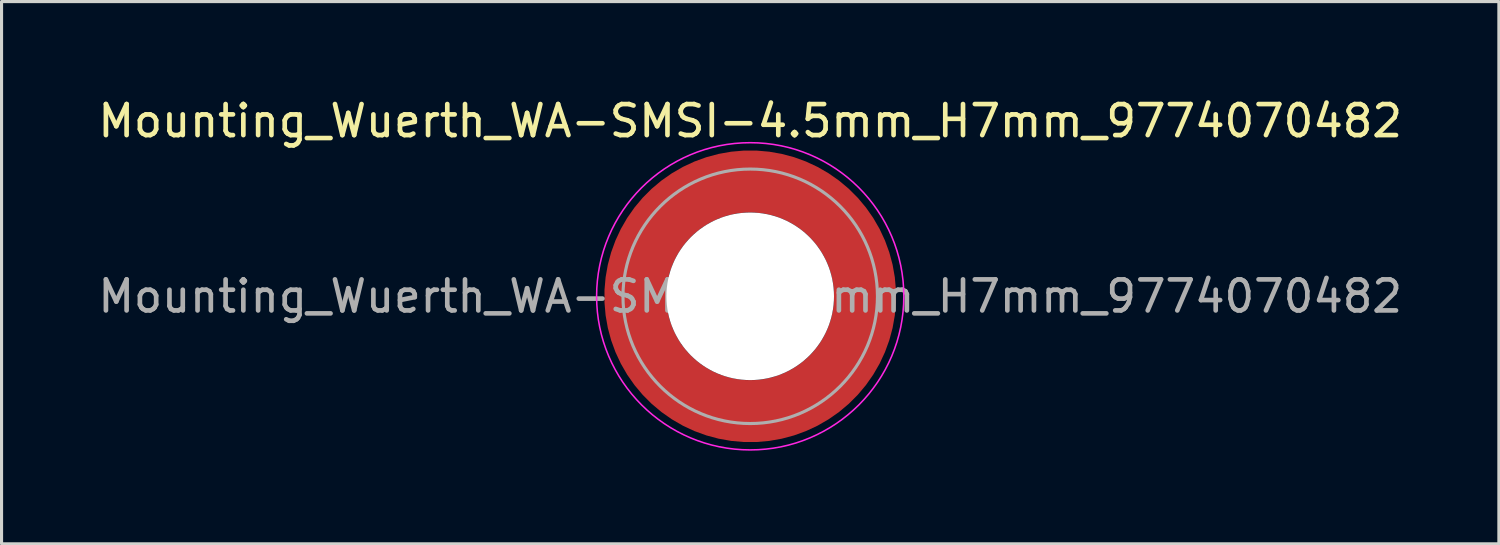
<source format=kicad_pcb>
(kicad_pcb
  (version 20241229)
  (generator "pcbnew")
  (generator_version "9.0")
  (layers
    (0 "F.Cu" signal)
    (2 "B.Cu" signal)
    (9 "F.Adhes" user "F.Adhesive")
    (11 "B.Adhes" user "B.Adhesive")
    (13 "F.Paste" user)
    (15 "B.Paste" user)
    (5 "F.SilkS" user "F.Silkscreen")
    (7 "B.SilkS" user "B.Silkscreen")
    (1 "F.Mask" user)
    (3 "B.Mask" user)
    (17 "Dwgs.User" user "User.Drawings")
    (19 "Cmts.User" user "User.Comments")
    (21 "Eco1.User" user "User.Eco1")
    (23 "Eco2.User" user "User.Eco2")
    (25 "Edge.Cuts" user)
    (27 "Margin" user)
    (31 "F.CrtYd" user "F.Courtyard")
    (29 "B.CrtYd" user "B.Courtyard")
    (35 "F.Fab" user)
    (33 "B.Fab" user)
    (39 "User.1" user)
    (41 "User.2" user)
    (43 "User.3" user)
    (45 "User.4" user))
  (footprint "Mounting_Wuerth_WA-SMSI-4.5mm_H7mm_9774070482"
    (layer "F.Cu")
    (at 21.125 6.498)
    (property "Reference" "Mounting_Wuerth_WA-SMSI-4.5mm_H7mm_9774070482" (at 0 -5.65 0) (layer "F.SilkS") (effects (font (size 1 1) (thickness 0.15))))
    (attr smd)
    (fp_circle (center 0 0) (end 4.95 0) (stroke (width 0.05) (type solid)) (fill no) (layer "F.CrtYd"))
    (fp_circle (center 0 0) (end 4.1 0) (stroke (width 0.1) (type solid)) (fill no) (layer "F.Fab"))
    (fp_text user "${REFERENCE}" (at 0 0 0) (layer "F.Fab") (effects (font (size 1 1) (thickness 0.15))))
    (pad "" smd custom (at -2.607 -2.607) (size 1.495 1.495) (layers "F.Paste") (options (anchor circle)) (primitives (gr_arc (start -0.188183 2.107456) (mid 0.598928 0.599619) (end 2.106494 -0.188011) (width 0.2)) (gr_arc (start -0.289416 2.107456) (mid 0.528508 0.529033) (end 2.106724 -0.28929) (width 0.2)) (gr_arc (start -0.390547 2.107456) (mid 0.457087 0.459449) (end 2.104161 -0.389996) (width 0.2)) (gr_arc (start -0.491585 2.107456) (mid 0.386415 0.389116) (end 2.103685 -0.490974) (width 0.2)) (gr_arc (start -0.59254 2.107456) (mid 0.31649 0.318035) (end 2.105297 -0.592202) (width 0.2)) (gr_arc (start -0.693419 2.107456) (mid 0.245252 0.248268) (end 2.103239 -0.692777) (width 0.2)) (gr_arc (start -0.794229 2.107456) (mid 0.174636 0.177878) (end 2.102921 -0.793559) (width 0.2)) (gr_arc (start -0.894975 2.107456) (mid 0.104643 0.106866) (end 2.104343 -0.894529) (width 0.2)) (gr_arc (start -0.995664 2.107456) (mid 0.033026 0.037479) (end 2.101219 -0.994793) (width 0.2)) (gr_arc (start -1.0963 2.107456) (mid -0.035789 -0.034714) (end 2.105949 -1.096096) (width 0.2)) (gr_arc (start -1.196886 2.107456) (mid -0.106351 -0.105157) (end 2.105783 -1.196666) (width 0.2)) (gr_arc (start -1.297427 2.107456) (mid -0.176416 -0.176097) (end 2.107009 -1.29737) (width 0.2)) (gr_arc (start -1.397927 2.107456) (mid -0.248476 -0.245042) (end 2.102638 -1.397323) (width 0.2)) (gr_arc (start -1.498388 2.107456) (mid -0.317612 -0.316913) (end 2.106475 -1.498268) (width 0.2)) (gr_arc (start -1.598813 2.107456) (mid -0.388865 -0.386665) (end 2.104366 -1.598444) (width 0.2)) (gr_arc (start -1.699204 2.107456) (mid -0.459747 -0.456787) (end 2.103299 -1.698719) (width 0.2)) (gr_arc (start -1.799565 2.107456) (mid -0.530257 -0.527283) (end 2.103277 -1.799089) (width 0.2)) (gr_arc (start -1.899896 2.107456) (mid -0.600396 -0.59815) (end 2.104299 -1.899545) (width 0.2)) (gr_arc (start -1.899896 2.107456) (mid -0.600396 -0.59815) (end 2.104299 -1.899545) (width 0.2)) (gr_line (start 2.107 -0.188) (end 2.107 -1.9) (width 0.2)) (gr_line (start -0.188 2.107) (end -1.9 2.107) (width 0.2))))
    (pad "" smd custom (at -2.607 2.607) (size 1.495 1.495) (layers "F.Paste") (options (anchor circle)) (primitives (gr_arc (start 2.107456 0.188183) (mid 0.599619 -0.598928) (end -0.188011 -2.106494) (width 0.2)) (gr_arc (start 2.107456 0.289416) (mid 0.529033 -0.528508) (end -0.28929 -2.106724) (width 0.2)) (gr_arc (start 2.107456 0.390547) (mid 0.459449 -0.457087) (end -0.389996 -2.104161) (width 0.2)) (gr_arc (start 2.107456 0.491585) (mid 0.389116 -0.386415) (end -0.490974 -2.103685) (width 0.2)) (gr_arc (start 2.107456 0.59254) (mid 0.318035 -0.31649) (end -0.592202 -2.105297) (width 0.2)) (gr_arc (start 2.107456 0.693419) (mid 0.248268 -0.245252) (end -0.692777 -2.103239) (width 0.2)) (gr_arc (start 2.107456 0.794229) (mid 0.177878 -0.174636) (end -0.793559 -2.102921) (width 0.2)) (gr_arc (start 2.107456 0.894975) (mid 0.106866 -0.104643) (end -0.894529 -2.104343) (width 0.2)) (gr_arc (start 2.107456 0.995664) (mid 0.037479 -0.033026) (end -0.994793 -2.101219) (width 0.2)) (gr_arc (start 2.107456 1.0963) (mid -0.034714 0.035789) (end -1.096096 -2.105949) (width 0.2)) (gr_arc (start 2.107456 1.196886) (mid -0.105157 0.106351) (end -1.196666 -2.105783) (width 0.2)) (gr_arc (start 2.107456 1.297427) (mid -0.176097 0.176416) (end -1.29737 -2.107009) (width 0.2)) (gr_arc (start 2.107456 1.397927) (mid -0.245042 0.248476) (end -1.397323 -2.102638) (width 0.2)) (gr_arc (start 2.107456 1.498388) (mid -0.316913 0.317612) (end -1.498268 -2.106475) (width 0.2)) (gr_arc (start 2.107456 1.598813) (mid -0.386665 0.388865) (end -1.598444 -2.104366) (width 0.2)) (gr_arc (start 2.107456 1.699204) (mid -0.456787 0.459747) (end -1.698719 -2.103299) (width 0.2)) (gr_arc (start 2.107456 1.799565) (mid -0.527283 0.530257) (end -1.799089 -2.103277) (width 0.2)) (gr_arc (start 2.107456 1.899896) (mid -0.59815 0.600396) (end -1.899545 -2.104299) (width 0.2)) (gr_arc (start 2.107456 1.899896) (mid -0.59815 0.600396) (end -1.899545 -2.104299) (width 0.2)) (gr_line (start -0.188 -2.107) (end -1.9 -2.107) (width 0.2)) (gr_line (start 2.107 0.188) (end 2.107 1.9) (width 0.2))))
    (pad "" np_thru_hole circle (at 0 0) (size 5.4 5.4) (drill 5.4) (layers "*.Cu" "*.Mask"))
    (pad "" smd custom (at 2.607 -2.607) (size 1.495 1.495) (layers "F.Paste") (options (anchor circle)) (primitives (gr_arc (start -2.107456 -0.188183) (mid -0.599619 0.598928) (end 0.188011 2.106494) (width 0.2)) (gr_arc (start -2.107456 -0.289416) (mid -0.529033 0.528508) (end 0.28929 2.106724) (width 0.2)) (gr_arc (start -2.107456 -0.390547) (mid -0.459449 0.457087) (end 0.389996 2.104161) (width 0.2)) (gr_arc (start -2.107456 -0.491585) (mid -0.389116 0.386415) (end 0.490974 2.103685) (width 0.2)) (gr_arc (start -2.107456 -0.59254) (mid -0.318035 0.31649) (end 0.592202 2.105297) (width 0.2)) (gr_arc (start -2.107456 -0.693419) (mid -0.248268 0.245252) (end 0.692777 2.103239) (width 0.2)) (gr_arc (start -2.107456 -0.794229) (mid -0.177878 0.174636) (end 0.793559 2.102921) (width 0.2)) (gr_arc (start -2.107456 -0.894975) (mid -0.106866 0.104643) (end 0.894529 2.104343) (width 0.2)) (gr_arc (start -2.107456 -0.995664) (mid -0.037479 0.033026) (end 0.994793 2.101219) (width 0.2)) (gr_arc (start -2.107456 -1.0963) (mid 0.034714 -0.035789) (end 1.096096 2.105949) (width 0.2)) (gr_arc (start -2.107456 -1.196886) (mid 0.105157 -0.106351) (end 1.196666 2.105783) (width 0.2)) (gr_arc (start -2.107456 -1.297427) (mid 0.176097 -0.176416) (end 1.29737 2.107009) (width 0.2)) (gr_arc (start -2.107456 -1.397927) (mid 0.245042 -0.248476) (end 1.397323 2.102638) (width 0.2)) (gr_arc (start -2.107456 -1.498388) (mid 0.316913 -0.317612) (end 1.498268 2.106475) (width 0.2)) (gr_arc (start -2.107456 -1.598813) (mid 0.386665 -0.388865) (end 1.598444 2.104366) (width 0.2)) (gr_arc (start -2.107456 -1.699204) (mid 0.456787 -0.459747) (end 1.698719 2.103299) (width 0.2)) (gr_arc (start -2.107456 -1.799565) (mid 0.527283 -0.530257) (end 1.799089 2.103277) (width 0.2)) (gr_arc (start -2.107456 -1.899896) (mid 0.59815 -0.600396) (end 1.899545 2.104299) (width 0.2)) (gr_arc (start -2.107456 -1.899896) (mid 0.59815 -0.600396) (end 1.899545 2.104299) (width 0.2)) (gr_line (start 0.188 2.107) (end 1.9 2.107) (width 0.2)) (gr_line (start -2.107 -0.188) (end -2.107 -1.9) (width 0.2))))
    (pad "" smd custom (at 2.607 2.607) (size 1.495 1.495) (layers "F.Paste") (options (anchor circle)) (primitives (gr_arc (start 0.188183 -2.107456) (mid -0.598928 -0.599619) (end -2.106494 0.188011) (width 0.2)) (gr_arc (start 0.289416 -2.107456) (mid -0.528508 -0.529033) (end -2.106724 0.28929) (width 0.2)) (gr_arc (start 0.390547 -2.107456) (mid -0.457087 -0.459449) (end -2.104161 0.389996) (width 0.2)) (gr_arc (start 0.491585 -2.107456) (mid -0.386415 -0.389116) (end -2.103685 0.490974) (width 0.2)) (gr_arc (start 0.59254 -2.107456) (mid -0.31649 -0.318035) (end -2.105297 0.592202) (width 0.2)) (gr_arc (start 0.693419 -2.107456) (mid -0.245252 -0.248268) (end -2.103239 0.692777) (width 0.2)) (gr_arc (start 0.794229 -2.107456) (mid -0.174636 -0.177878) (end -2.102921 0.793559) (width 0.2)) (gr_arc (start 0.894975 -2.107456) (mid -0.104643 -0.106866) (end -2.104343 0.894529) (width 0.2)) (gr_arc (start 0.995664 -2.107456) (mid -0.033026 -0.037479) (end -2.101219 0.994793) (width 0.2)) (gr_arc (start 1.0963 -2.107456) (mid 0.035789 0.034714) (end -2.105949 1.096096) (width 0.2)) (gr_arc (start 1.196886 -2.107456) (mid 0.106351 0.105157) (end -2.105783 1.196666) (width 0.2)) (gr_arc (start 1.297427 -2.107456) (mid 0.176416 0.176097) (end -2.107009 1.29737) (width 0.2)) (gr_arc (start 1.397927 -2.107456) (mid 0.248476 0.245042) (end -2.102638 1.397323) (width 0.2)) (gr_arc (start 1.498388 -2.107456) (mid 0.317612 0.316913) (end -2.106475 1.498268) (width 0.2)) (gr_arc (start 1.598813 -2.107456) (mid 0.388865 0.386665) (end -2.104366 1.598444) (width 0.2)) (gr_arc (start 1.699204 -2.107456) (mid 0.459747 0.456787) (end -2.103299 1.698719) (width 0.2)) (gr_arc (start 1.799565 -2.107456) (mid 0.530257 0.527283) (end -2.103277 1.799089) (width 0.2)) (gr_arc (start 1.899896 -2.107456) (mid 0.600396 0.59815) (end -2.104299 1.899545) (width 0.2)) (gr_arc (start 1.899896 -2.107456) (mid 0.600396 0.59815) (end -2.104299 1.899545) (width 0.2)) (gr_line (start -2.107 0.188) (end -2.107 1.9) (width 0.2)) (gr_line (start 0.188 -2.107) (end 1.9 -2.107) (width 0.2))))
    (pad "1" smd circle (at -3.7 0) (size 1.6 1.6) (layers "F.Cu"))
    (pad "1" smd circle (at 0 -3.7) (size 1.6 1.6) (layers "F.Cu"))
    (pad "1" smd circle (at 0 3.7) (size 1.6 1.6) (layers "F.Cu"))
    (pad "1" smd custom (at 3.7 0) (size 1.6 1.6) (layers "F.Cu" "F.Mask") (options (anchor circle)) (primitives (gr_circle (center -3.7 0) (end 0 0) (width 2) (fill no)))))
  (gr_rect
    (start -3 -3)
    (end 45.25 14.473)
    (stroke (width 0.1) (type default))
    (fill no)
    (layer "Edge.Cuts")))
</source>
